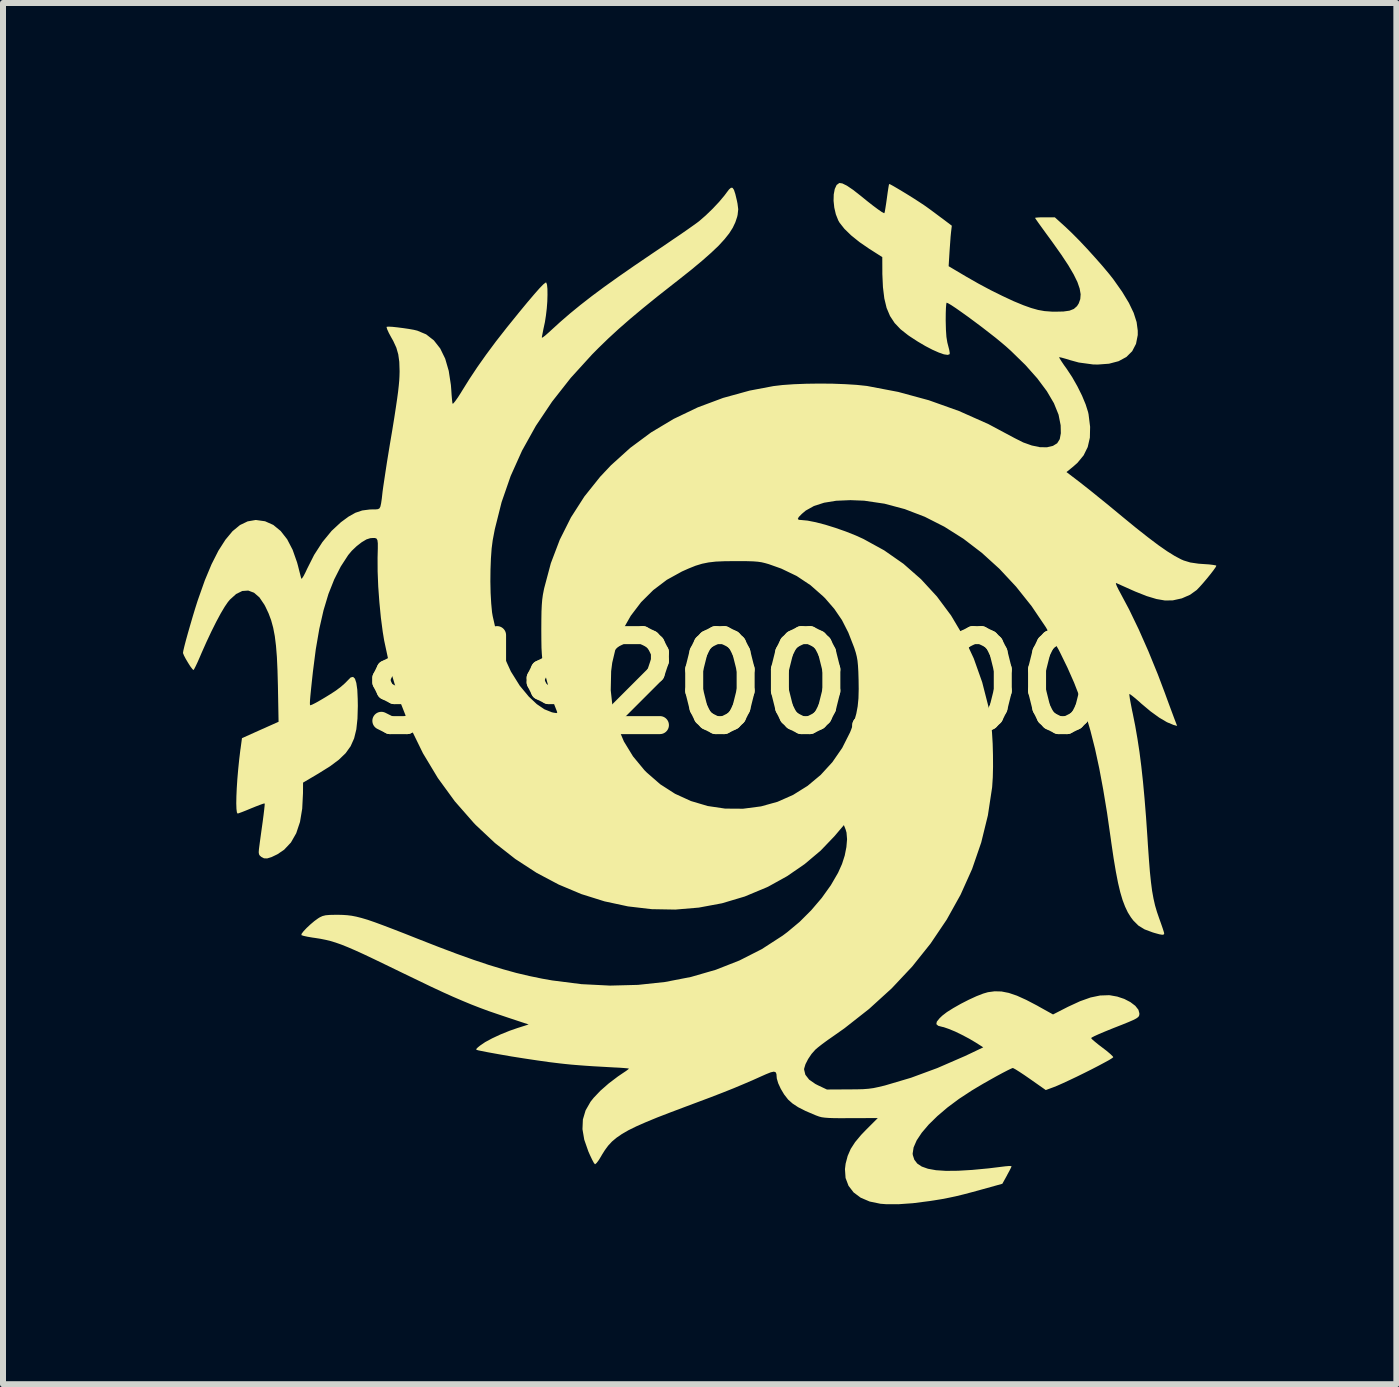
<source format=kicad_pcb>
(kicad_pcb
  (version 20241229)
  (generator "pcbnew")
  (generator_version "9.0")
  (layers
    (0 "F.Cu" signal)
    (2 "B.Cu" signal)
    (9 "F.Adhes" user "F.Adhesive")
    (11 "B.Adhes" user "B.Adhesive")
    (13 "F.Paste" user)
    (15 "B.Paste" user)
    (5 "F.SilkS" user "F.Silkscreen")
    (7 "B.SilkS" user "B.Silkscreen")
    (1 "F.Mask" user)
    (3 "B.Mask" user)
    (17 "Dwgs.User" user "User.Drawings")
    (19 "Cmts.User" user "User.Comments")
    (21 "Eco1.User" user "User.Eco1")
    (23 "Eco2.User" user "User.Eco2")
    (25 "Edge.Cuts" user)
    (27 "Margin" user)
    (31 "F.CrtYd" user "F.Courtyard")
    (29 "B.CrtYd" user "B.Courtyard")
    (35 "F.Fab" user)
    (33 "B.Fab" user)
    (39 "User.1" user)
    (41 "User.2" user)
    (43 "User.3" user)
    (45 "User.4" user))
  (footprint "sds200200"
    (layer "F.Cu")
    (at 9.199 8.357)
    (property "Reference" "sds200200" (at 0 0 0) (layer "F.SilkS") (effects (font (size 1.5 1.5) (thickness 0.3))))
    (attr board_only exclude_from_pos_files exclude_from_bom allow_missing_courtyard)
    (fp_poly (pts (xy 1.79 -8.35) (xy 1.867 -8.312) (xy 1.969 -8.243) (xy 2.094 -8.145) (xy 2.099 -8.141) (xy 2.205 -8.055) (xy 2.302 -7.979) (xy 2.384 -7.918) (xy 2.446 -7.875) (xy 2.483 -7.855) (xy 2.491 -7.855) (xy 2.498 -7.879) (xy 2.508 -7.938) (xy 2.521 -8.021) (xy 2.532 -8.099) (xy 2.545 -8.194) (xy 2.557 -8.273) (xy 2.566 -8.324) (xy 2.57 -8.34) (xy 2.591 -8.333) (xy 2.64 -8.306) (xy 2.712 -8.264) (xy 2.799 -8.212) (xy 2.894 -8.154) (xy 2.988 -8.095) (xy 3.076 -8.038) (xy 3.15 -7.989) (xy 3.182 -7.967) (xy 3.254 -7.915) (xy 3.343 -7.849) (xy 3.434 -7.781) (xy 3.455 -7.766) (xy 3.615 -7.645) (xy 3.602 -7.536) (xy 3.595 -7.466) (xy 3.588 -7.369) (xy 3.58 -7.259) (xy 3.576 -7.198) (xy 3.562 -6.97) (xy 3.864 -6.791) (xy 4.059 -6.68) (xy 4.259 -6.573) (xy 4.457 -6.475) (xy 4.643 -6.388) (xy 4.81 -6.319) (xy 4.936 -6.274) (xy 5.053 -6.241) (xy 5.161 -6.222) (xy 5.281 -6.213) (xy 5.339 -6.212) (xy 5.475 -6.215) (xy 5.576 -6.229) (xy 5.649 -6.258) (xy 5.701 -6.304) (xy 5.73 -6.349) (xy 5.756 -6.422) (xy 5.762 -6.503) (xy 5.746 -6.597) (xy 5.708 -6.707) (xy 5.645 -6.835) (xy 5.557 -6.985) (xy 5.442 -7.159) (xy 5.299 -7.361) (xy 5.252 -7.426) (xy 5.175 -7.531) (xy 5.107 -7.625) (xy 5.053 -7.7) (xy 5.017 -7.752) (xy 5.002 -7.775) (xy 5.002 -7.776) (xy 5.022 -7.78) (xy 5.075 -7.784) (xy 5.15 -7.785) (xy 5.167 -7.785) (xy 5.332 -7.785) (xy 5.511 -7.623) (xy 5.617 -7.522) (xy 5.741 -7.397) (xy 5.873 -7.257) (xy 6.005 -7.111) (xy 6.13 -6.969) (xy 6.238 -6.84) (xy 6.308 -6.751) (xy 6.454 -6.544) (xy 6.566 -6.359) (xy 6.646 -6.192) (xy 6.695 -6.039) (xy 6.714 -5.896) (xy 6.714 -5.823) (xy 6.685 -5.676) (xy 6.621 -5.553) (xy 6.524 -5.457) (xy 6.395 -5.387) (xy 6.235 -5.345) (xy 6.046 -5.331) (xy 5.967 -5.333) (xy 5.731 -5.365) (xy 5.592 -5.403) (xy 5.51 -5.428) (xy 5.446 -5.446) (xy 5.408 -5.454) (xy 5.403 -5.454) (xy 5.412 -5.434) (xy 5.441 -5.387) (xy 5.486 -5.32) (xy 5.528 -5.262) (xy 5.621 -5.121) (xy 5.708 -4.968) (xy 5.785 -4.813) (xy 5.846 -4.666) (xy 5.886 -4.539) (xy 5.894 -4.502) (xy 5.92 -4.293) (xy 5.916 -4.113) (xy 5.88 -3.956) (xy 5.812 -3.818) (xy 5.71 -3.694) (xy 5.638 -3.63) (xy 5.526 -3.539) (xy 5.748 -3.37) (xy 5.824 -3.31) (xy 5.928 -3.228) (xy 6.05 -3.129) (xy 6.185 -3.02) (xy 6.325 -2.905) (xy 6.459 -2.794) (xy 6.686 -2.608) (xy 6.884 -2.452) (xy 7.056 -2.322) (xy 7.204 -2.219) (xy 7.331 -2.14) (xy 7.437 -2.084) (xy 7.481 -2.065) (xy 7.59 -2.032) (xy 7.727 -2.012) (xy 7.812 -2.006) (xy 7.902 -2) (xy 7.974 -1.991) (xy 8.016 -1.983) (xy 8.024 -1.977) (xy 8.011 -1.952) (xy 7.976 -1.902) (xy 7.925 -1.836) (xy 7.865 -1.762) (xy 7.803 -1.689) (xy 7.745 -1.624) (xy 7.699 -1.576) (xy 7.696 -1.573) (xy 7.586 -1.494) (xy 7.449 -1.434) (xy 7.3 -1.401) (xy 7.287 -1.4) (xy 7.165 -1.399) (xy 7.026 -1.423) (xy 6.863 -1.472) (xy 6.674 -1.547) (xy 6.622 -1.57) (xy 6.526 -1.613) (xy 6.443 -1.65) (xy 6.383 -1.677) (xy 6.353 -1.69) (xy 6.349 -1.679) (xy 6.365 -1.638) (xy 6.396 -1.575) (xy 6.414 -1.542) (xy 6.571 -1.247) (xy 6.731 -0.915) (xy 6.891 -0.553) (xy 7.049 -0.166) (xy 7.165 0.141) (xy 7.212 0.27) (xy 7.256 0.389) (xy 7.294 0.491) (xy 7.323 0.569) (xy 7.34 0.613) (xy 7.37 0.692) (xy 7.309 0.675) (xy 7.201 0.63) (xy 7.072 0.554) (xy 6.927 0.449) (xy 6.772 0.319) (xy 6.745 0.294) (xy 6.676 0.234) (xy 6.62 0.189) (xy 6.584 0.163) (xy 6.574 0.16) (xy 6.575 0.184) (xy 6.583 0.242) (xy 6.599 0.328) (xy 6.619 0.432) (xy 6.63 0.482) (xy 6.672 0.692) (xy 6.709 0.906) (xy 6.743 1.128) (xy 6.773 1.364) (xy 6.801 1.62) (xy 6.827 1.901) (xy 6.852 2.212) (xy 6.876 2.56) (xy 6.883 2.675) (xy 6.9 2.916) (xy 6.916 3.12) (xy 6.934 3.293) (xy 6.953 3.44) (xy 6.976 3.568) (xy 7.002 3.683) (xy 7.034 3.792) (xy 7.069 3.894) (xy 7.103 3.989) (xy 7.131 4.07) (xy 7.149 4.127) (xy 7.155 4.151) (xy 7.148 4.168) (xy 7.124 4.173) (xy 7.075 4.165) (xy 6.995 4.143) (xy 6.962 4.133) (xy 6.828 4.083) (xy 6.725 4.02) (xy 6.64 3.935) (xy 6.599 3.881) (xy 6.548 3.799) (xy 6.503 3.704) (xy 6.461 3.594) (xy 6.422 3.462) (xy 6.385 3.306) (xy 6.349 3.12) (xy 6.312 2.9) (xy 6.274 2.643) (xy 6.263 2.563) (xy 6.202 2.138) (xy 6.138 1.751) (xy 6.072 1.398) (xy 6.002 1.074) (xy 5.926 0.774) (xy 5.844 0.494) (xy 5.753 0.228) (xy 5.653 -0.029) (xy 5.542 -0.28) (xy 5.419 -0.532) (xy 5.396 -0.577) (xy 5.182 -0.953) (xy 4.945 -1.304) (xy 4.686 -1.629) (xy 4.409 -1.926) (xy 4.116 -2.192) (xy 3.809 -2.427) (xy 3.491 -2.628) (xy 3.164 -2.794) (xy 2.83 -2.922) (xy 2.493 -3.012) (xy 2.154 -3.062) (xy 1.925 -3.071) (xy 1.688 -3.061) (xy 1.486 -3.028) (xy 1.318 -2.974) (xy 1.18 -2.897) (xy 1.115 -2.842) (xy 1.064 -2.79) (xy 1.048 -2.758) (xy 1.065 -2.743) (xy 1.104 -2.74) (xy 1.21 -2.73) (xy 1.347 -2.703) (xy 1.505 -2.662) (xy 1.675 -2.609) (xy 1.849 -2.548) (xy 2.017 -2.481) (xy 2.142 -2.424) (xy 2.488 -2.234) (xy 2.809 -2.01) (xy 3.102 -1.753) (xy 3.367 -1.465) (xy 3.603 -1.148) (xy 3.808 -0.803) (xy 3.981 -0.432) (xy 4.121 -0.037) (xy 4.228 0.381) (xy 4.253 0.511) (xy 4.271 0.642) (xy 4.285 0.804) (xy 4.296 0.988) (xy 4.301 1.18) (xy 4.302 1.37) (xy 4.298 1.547) (xy 4.288 1.699) (xy 4.286 1.721) (xy 4.216 2.183) (xy 4.105 2.635) (xy 3.953 3.077) (xy 3.761 3.505) (xy 3.53 3.92) (xy 3.261 4.319) (xy 2.955 4.702) (xy 2.613 5.066) (xy 2.236 5.409) (xy 1.825 5.732) (xy 1.642 5.861) (xy 1.547 5.927) (xy 1.457 5.993) (xy 1.383 6.051) (xy 1.341 6.087) (xy 1.277 6.159) (xy 1.22 6.244) (xy 1.176 6.33) (xy 1.154 6.403) (xy 1.153 6.42) (xy 1.174 6.506) (xy 1.237 6.587) (xy 1.34 6.659) (xy 1.387 6.683) (xy 1.533 6.752) (xy 1.892 6.75) (xy 2.032 6.749) (xy 2.14 6.746) (xy 2.229 6.739) (xy 2.31 6.728) (xy 2.394 6.71) (xy 2.495 6.686) (xy 2.513 6.681) (xy 2.935 6.556) (xy 3.374 6.394) (xy 3.832 6.195) (xy 3.934 6.147) (xy 4.139 6.049) (xy 4.015 5.97) (xy 3.907 5.906) (xy 3.788 5.843) (xy 3.671 5.786) (xy 3.564 5.742) (xy 3.48 5.713) (xy 3.456 5.708) (xy 3.388 5.69) (xy 3.357 5.662) (xy 3.365 5.621) (xy 3.411 5.564) (xy 3.456 5.521) (xy 3.534 5.461) (xy 3.641 5.394) (xy 3.766 5.323) (xy 3.897 5.256) (xy 4.025 5.197) (xy 4.138 5.153) (xy 4.217 5.13) (xy 4.329 5.115) (xy 4.443 5.118) (xy 4.565 5.142) (xy 4.7 5.188) (xy 4.855 5.258) (xy 5.037 5.353) (xy 5.07 5.372) (xy 5.302 5.501) (xy 5.55 5.374) (xy 5.751 5.281) (xy 5.928 5.218) (xy 6.087 5.185) (xy 6.233 5.18) (xy 6.249 5.181) (xy 6.372 5.203) (xy 6.489 5.242) (xy 6.591 5.295) (xy 6.673 5.357) (xy 6.725 5.423) (xy 6.741 5.482) (xy 6.74 5.507) (xy 6.734 5.528) (xy 6.718 5.547) (xy 6.687 5.569) (xy 6.636 5.595) (xy 6.56 5.628) (xy 6.454 5.671) (xy 6.314 5.726) (xy 6.279 5.74) (xy 6.166 5.786) (xy 6.069 5.827) (xy 5.994 5.861) (xy 5.948 5.885) (xy 5.937 5.895) (xy 5.953 5.915) (xy 5.998 5.954) (xy 6.063 6.007) (xy 6.121 6.051) (xy 6.197 6.109) (xy 6.258 6.161) (xy 6.296 6.198) (xy 6.306 6.213) (xy 6.287 6.229) (xy 6.236 6.261) (xy 6.157 6.304) (xy 6.058 6.357) (xy 5.944 6.416) (xy 5.822 6.477) (xy 5.698 6.538) (xy 5.578 6.595) (xy 5.468 6.646) (xy 5.376 6.687) (xy 5.306 6.715) (xy 5.303 6.716) (xy 5.181 6.761) (xy 4.919 6.577) (xy 4.825 6.512) (xy 4.742 6.457) (xy 4.678 6.417) (xy 4.639 6.396) (xy 4.632 6.393) (xy 4.603 6.404) (xy 4.543 6.433) (xy 4.46 6.476) (xy 4.36 6.53) (xy 4.251 6.591) (xy 4.138 6.655) (xy 4.03 6.719) (xy 3.947 6.769) (xy 3.735 6.908) (xy 3.543 7.051) (xy 3.374 7.195) (xy 3.23 7.336) (xy 3.114 7.472) (xy 3.029 7.6) (xy 2.978 7.717) (xy 2.962 7.82) (xy 2.965 7.845) (xy 2.99 7.922) (xy 3.039 7.986) (xy 3.114 8.036) (xy 3.218 8.073) (xy 3.352 8.097) (xy 3.518 8.108) (xy 3.719 8.106) (xy 3.955 8.092) (xy 4.23 8.066) (xy 4.507 8.032) (xy 4.567 8.027) (xy 4.604 8.028) (xy 4.61 8.032) (xy 4.601 8.056) (xy 4.575 8.107) (xy 4.538 8.175) (xy 4.534 8.184) (xy 4.457 8.323) (xy 4.137 8.412) (xy 3.958 8.461) (xy 3.81 8.5) (xy 3.683 8.531) (xy 3.565 8.556) (xy 3.447 8.579) (xy 3.318 8.6) (xy 3.246 8.611) (xy 2.966 8.647) (xy 2.722 8.664) (xy 2.516 8.663) (xy 2.425 8.656) (xy 2.246 8.619) (xy 2.096 8.555) (xy 1.978 8.467) (xy 1.893 8.356) (xy 1.844 8.226) (xy 1.834 8.079) (xy 1.845 7.988) (xy 1.879 7.859) (xy 1.93 7.742) (xy 2.003 7.629) (xy 2.103 7.509) (xy 2.184 7.425) (xy 2.381 7.228) (xy 1.925 7.229) (xy 1.771 7.23) (xy 1.654 7.229) (xy 1.565 7.226) (xy 1.499 7.221) (xy 1.447 7.214) (xy 1.404 7.203) (xy 1.36 7.187) (xy 1.337 7.178) (xy 1.178 7.11) (xy 1.054 7.047) (xy 0.96 6.985) (xy 0.889 6.922) (xy 0.883 6.915) (xy 0.82 6.834) (xy 0.764 6.74) (xy 0.721 6.647) (xy 0.698 6.568) (xy 0.696 6.546) (xy 0.692 6.494) (xy 0.679 6.464) (xy 0.649 6.454) (xy 0.598 6.465) (xy 0.518 6.497) (xy 0.437 6.533) (xy 0.29 6.599) (xy 0.138 6.664) (xy -0.024 6.732) (xy -0.205 6.804) (xy -0.409 6.883) (xy -0.644 6.971) (xy -0.812 7.034) (xy -1.072 7.132) (xy -1.295 7.218) (xy -1.484 7.296) (xy -1.643 7.366) (xy -1.775 7.431) (xy -1.884 7.494) (xy -1.974 7.556) (xy -2.049 7.619) (xy -2.112 7.687) (xy -2.166 7.76) (xy -2.217 7.841) (xy -2.227 7.859) (xy -2.268 7.927) (xy -2.305 7.976) (xy -2.329 7.997) (xy -2.333 7.997) (xy -2.351 7.975) (xy -2.38 7.921) (xy -2.416 7.845) (xy -2.443 7.784) (xy -2.511 7.589) (xy -2.541 7.413) (xy -2.534 7.251) (xy -2.489 7.1) (xy -2.406 6.955) (xy -2.354 6.89) (xy -2.243 6.773) (xy -2.104 6.651) (xy -1.951 6.535) (xy -1.87 6.48) (xy -1.813 6.442) (xy -1.776 6.414) (xy -1.767 6.403) (xy -1.79 6.399) (xy -1.847 6.394) (xy -1.93 6.388) (xy -2.012 6.384) (xy -2.206 6.373) (xy -2.366 6.364) (xy -2.5 6.355) (xy -2.617 6.346) (xy -2.726 6.337) (xy -2.835 6.326) (xy -2.925 6.316) (xy -3.097 6.295) (xy -3.295 6.267) (xy -3.508 6.235) (xy -3.723 6.201) (xy -3.93 6.165) (xy -4.118 6.131) (xy -4.274 6.1) (xy -4.281 6.098) (xy -4.309 6.09) (xy -4.311 6.077) (xy -4.286 6.051) (xy -4.248 6.02) (xy -4.163 5.962) (xy -4.046 5.899) (xy -3.907 5.834) (xy -3.756 5.773) (xy -3.627 5.728) (xy -3.438 5.668) (xy -3.779 5.555) (xy -3.948 5.498) (xy -4.103 5.445) (xy -4.249 5.391) (xy -4.393 5.335) (xy -4.54 5.274) (xy -4.696 5.207) (xy -4.867 5.13) (xy -5.058 5.041) (xy -5.274 4.937) (xy -5.523 4.817) (xy -5.589 4.785) (xy -5.822 4.672) (xy -6.021 4.576) (xy -6.19 4.496) (xy -6.333 4.431) (xy -6.456 4.378) (xy -6.561 4.336) (xy -6.655 4.303) (xy -6.741 4.277) (xy -6.823 4.257) (xy -6.907 4.24) (xy -6.996 4.226) (xy -7.045 4.219) (xy -7.126 4.205) (xy -7.19 4.191) (xy -7.225 4.179) (xy -7.226 4.177) (xy -7.221 4.155) (xy -7.189 4.113) (xy -7.138 4.059) (xy -7.076 4.001) (xy -7.01 3.945) (xy -6.948 3.9) (xy -6.919 3.882) (xy -6.874 3.861) (xy -6.822 3.848) (xy -6.753 3.842) (xy -6.655 3.84) (xy -6.611 3.84) (xy -6.533 3.842) (xy -6.46 3.847) (xy -6.387 3.856) (xy -6.31 3.871) (xy -6.223 3.893) (xy -6.122 3.923) (xy -6.003 3.964) (xy -5.862 4.016) (xy -5.694 4.08) (xy -5.493 4.158) (xy -5.284 4.241) (xy -4.944 4.374) (xy -4.637 4.49) (xy -4.358 4.59) (xy -4.104 4.675) (xy -3.867 4.747) (xy -3.644 4.809) (xy -3.428 4.86) (xy -3.215 4.904) (xy -3.045 4.934) (xy -2.558 4.996) (xy -2.081 5.02) (xy -1.616 5.008) (xy -1.166 4.96) (xy -0.733 4.876) (xy -0.318 4.756) (xy 0.076 4.601) (xy 0.448 4.412) (xy 0.794 4.188) (xy 0.873 4.129) (xy 1.079 3.957) (xy 1.272 3.764) (xy 1.447 3.559) (xy 1.598 3.348) (xy 1.719 3.14) (xy 1.785 2.993) (xy 1.83 2.853) (xy 1.858 2.711) (xy 1.869 2.58) (xy 1.86 2.47) (xy 1.845 2.418) (xy 1.816 2.345) (xy 1.659 2.53) (xy 1.428 2.771) (xy 1.162 2.995) (xy 0.87 3.196) (xy 0.558 3.369) (xy 0.533 3.381) (xy 0.164 3.535) (xy -0.215 3.648) (xy -0.602 3.72) (xy -0.993 3.753) (xy -1.388 3.746) (xy -1.782 3.7) (xy -2.173 3.616) (xy -2.559 3.495) (xy -2.937 3.336) (xy -3.305 3.141) (xy -3.66 2.91) (xy -3.999 2.644) (xy -4.32 2.343) (xy -4.355 2.306) (xy -4.669 1.948) (xy -4.951 1.561) (xy -5.2 1.147) (xy -5.414 0.709) (xy -5.595 0.249) (xy -5.739 -0.232) (xy -5.846 -0.731) (xy -5.87 -0.877) (xy -5.901 -1.114) (xy -5.926 -1.371) (xy -5.945 -1.632) (xy -5.955 -1.884) (xy -5.956 -2.11) (xy -5.955 -2.149) (xy -5.952 -2.268) (xy -5.952 -2.351) (xy -5.958 -2.402) (xy -5.973 -2.43) (xy -5.999 -2.44) (xy -6.039 -2.44) (xy -6.078 -2.437) (xy -6.141 -2.417) (xy -6.22 -2.37) (xy -6.305 -2.304) (xy -6.386 -2.227) (xy -6.446 -2.155) (xy -6.57 -1.964) (xy -6.679 -1.749) (xy -6.775 -1.507) (xy -6.857 -1.234) (xy -6.927 -0.927) (xy -6.986 -0.584) (xy -7.033 -0.217) (xy -7.052 -0.044) (xy -7.066 0.091) (xy -7.076 0.192) (xy -7.082 0.264) (xy -7.084 0.31) (xy -7.083 0.336) (xy -7.079 0.347) (xy -7.076 0.348) (xy -7.046 0.337) (xy -6.988 0.308) (xy -6.912 0.265) (xy -6.826 0.214) (xy -6.74 0.161) (xy -6.663 0.111) (xy -6.64 0.095) (xy -6.565 0.038) (xy -6.498 -0.021) (xy -6.452 -0.068) (xy -6.452 -0.068) (xy -6.404 -0.116) (xy -6.364 -0.125) (xy -6.333 -0.095) (xy -6.31 -0.024) (xy -6.294 0.088) (xy -6.287 0.241) (xy -6.285 0.359) (xy -6.291 0.571) (xy -6.31 0.749) (xy -6.347 0.9) (xy -6.405 1.03) (xy -6.488 1.146) (xy -6.601 1.255) (xy -6.747 1.364) (xy -6.931 1.479) (xy -6.944 1.487) (xy -7.198 1.637) (xy -7.199 1.813) (xy -7.212 2.071) (xy -7.249 2.293) (xy -7.312 2.481) (xy -7.4 2.635) (xy -7.514 2.756) (xy -7.625 2.831) (xy -7.723 2.878) (xy -7.794 2.9) (xy -7.848 2.899) (xy -7.894 2.875) (xy -7.896 2.873) (xy -7.919 2.853) (xy -7.932 2.831) (xy -7.937 2.798) (xy -7.933 2.745) (xy -7.922 2.66) (xy -7.918 2.629) (xy -7.892 2.44) (xy -7.871 2.29) (xy -7.856 2.175) (xy -7.846 2.091) (xy -7.84 2.034) (xy -7.837 2) (xy -7.838 1.985) (xy -7.839 1.984) (xy -7.861 1.988) (xy -7.914 2.007) (xy -7.99 2.036) (xy -8.059 2.064) (xy -8.148 2.101) (xy -8.222 2.13) (xy -8.272 2.148) (xy -8.289 2.153) (xy -8.301 2.132) (xy -8.308 2.074) (xy -8.311 1.984) (xy -8.309 1.867) (xy -8.303 1.73) (xy -8.293 1.577) (xy -8.279 1.415) (xy -8.262 1.249) (xy -8.242 1.084) (xy -8.24 1.073) (xy -8.216 0.896) (xy -7.911 0.759) (xy -7.606 0.623) (xy -7.617 0.023) (xy -7.624 -0.235) (xy -7.634 -0.456) (xy -7.649 -0.644) (xy -7.669 -0.805) (xy -7.696 -0.946) (xy -7.73 -1.07) (xy -7.773 -1.185) (xy -7.825 -1.295) (xy -7.843 -1.329) (xy -7.925 -1.45) (xy -8.015 -1.528) (xy -8.111 -1.564) (xy -8.211 -1.557) (xy -8.313 -1.507) (xy -8.416 -1.414) (xy -8.451 -1.372) (xy -8.505 -1.293) (xy -8.572 -1.18) (xy -8.647 -1.04) (xy -8.727 -0.88) (xy -8.809 -0.705) (xy -8.89 -0.523) (xy -8.916 -0.462) (xy -8.955 -0.373) (xy -8.989 -0.301) (xy -9.014 -0.253) (xy -9.025 -0.239) (xy -9.044 -0.257) (xy -9.077 -0.301) (xy -9.115 -0.361) (xy -9.153 -0.425) (xy -9.183 -0.482) (xy -9.198 -0.52) (xy -9.199 -0.525) (xy -9.193 -0.564) (xy -9.176 -0.636) (xy -9.15 -0.736) (xy -9.117 -0.855) (xy -9.079 -0.987) (xy -9.039 -1.124) (xy -8.998 -1.26) (xy -8.958 -1.386) (xy -8.945 -1.424) (xy -8.835 -1.735) (xy -8.723 -2.003) (xy -8.609 -2.228) (xy -8.492 -2.411) (xy -8.373 -2.554) (xy -8.249 -2.656) (xy -8.122 -2.717) (xy -7.99 -2.74) (xy -7.981 -2.74) (xy -7.831 -2.719) (xy -7.694 -2.658) (xy -7.571 -2.557) (xy -7.463 -2.419) (xy -7.372 -2.244) (xy -7.298 -2.034) (xy -7.283 -1.979) (xy -7.261 -1.892) (xy -7.242 -1.818) (xy -7.23 -1.771) (xy -7.227 -1.762) (xy -7.215 -1.767) (xy -7.19 -1.805) (xy -7.157 -1.869) (xy -7.131 -1.925) (xy -7.013 -2.159) (xy -6.875 -2.373) (xy -6.722 -2.559) (xy -6.567 -2.703) (xy -6.439 -2.797) (xy -6.325 -2.861) (xy -6.212 -2.899) (xy -6.089 -2.915) (xy -6.037 -2.917) (xy -5.986 -2.917) (xy -5.95 -2.921) (xy -5.925 -2.934) (xy -5.909 -2.964) (xy -5.897 -3.018) (xy -5.885 -3.101) (xy -5.872 -3.218) (xy -5.861 -3.297) (xy -5.844 -3.411) (xy -5.823 -3.55) (xy -5.799 -3.707) (xy -5.772 -3.872) (xy -5.751 -4.001) (xy -5.71 -4.243) (xy -5.677 -4.447) (xy -5.651 -4.617) (xy -5.63 -4.76) (xy -5.614 -4.878) (xy -5.603 -4.977) (xy -5.595 -5.063) (xy -5.591 -5.138) (xy -5.589 -5.21) (xy -5.589 -5.224) (xy -5.594 -5.376) (xy -5.611 -5.5) (xy -5.643 -5.612) (xy -5.695 -5.725) (xy -5.729 -5.785) (xy -5.769 -5.859) (xy -5.796 -5.919) (xy -5.806 -5.954) (xy -5.804 -5.96) (xy -5.774 -5.963) (xy -5.711 -5.96) (xy -5.627 -5.951) (xy -5.532 -5.939) (xy -5.437 -5.925) (xy -5.352 -5.91) (xy -5.294 -5.896) (xy -5.146 -5.834) (xy -5.018 -5.734) (xy -4.912 -5.599) (xy -4.829 -5.429) (xy -4.77 -5.226) (xy -4.734 -4.991) (xy -4.728 -4.916) (xy -4.722 -4.823) (xy -4.715 -4.744) (xy -4.709 -4.692) (xy -4.706 -4.678) (xy -4.692 -4.684) (xy -4.661 -4.722) (xy -4.616 -4.785) (xy -4.563 -4.868) (xy -4.553 -4.885) (xy -4.427 -5.087) (xy -4.293 -5.289) (xy -4.146 -5.497) (xy -3.984 -5.715) (xy -3.801 -5.949) (xy -3.593 -6.206) (xy -3.461 -6.366) (xy -3.347 -6.5) (xy -3.259 -6.6) (xy -3.195 -6.666) (xy -3.156 -6.697) (xy -3.145 -6.698) (xy -3.132 -6.662) (xy -3.125 -6.592) (xy -3.124 -6.496) (xy -3.127 -6.384) (xy -3.136 -6.265) (xy -3.15 -6.147) (xy -3.167 -6.038) (xy -3.172 -6.015) (xy -3.192 -5.922) (xy -3.207 -5.845) (xy -3.217 -5.794) (xy -3.218 -5.779) (xy -3.204 -5.783) (xy -3.165 -5.812) (xy -3.109 -5.861) (xy -3.073 -5.894) (xy -2.915 -6.038) (xy -2.751 -6.18) (xy -2.576 -6.323) (xy -2.386 -6.471) (xy -2.176 -6.627) (xy -1.942 -6.794) (xy -1.68 -6.976) (xy -1.386 -7.176) (xy -1.337 -7.209) (xy -1.185 -7.311) (xy -1.039 -7.411) (xy -0.903 -7.503) (xy -0.785 -7.585) (xy -0.689 -7.653) (xy -0.62 -7.703) (xy -0.595 -7.722) (xy -0.487 -7.816) (xy -0.372 -7.927) (xy -0.262 -8.044) (xy -0.171 -8.153) (xy -0.14 -8.195) (xy -0.098 -8.25) (xy -0.065 -8.278) (xy -0.039 -8.276) (xy -0.016 -8.242) (xy 0.007 -8.172) (xy 0.033 -8.063) (xy 0.043 -8.014) (xy 0.055 -7.919) (xy 0.045 -7.827) (xy 0.037 -7.792) (xy 0.007 -7.702) (xy -0.036 -7.611) (xy -0.095 -7.518) (xy -0.173 -7.42) (xy -0.272 -7.312) (xy -0.396 -7.194) (xy -0.547 -7.061) (xy -0.727 -6.911) (xy -0.94 -6.742) (xy -1.023 -6.677) (xy -1.294 -6.464) (xy -1.532 -6.271) (xy -1.745 -6.093) (xy -1.935 -5.927) (xy -2.109 -5.767) (xy -2.271 -5.61) (xy -2.381 -5.499) (xy -2.736 -5.109) (xy -3.048 -4.712) (xy -3.318 -4.309) (xy -3.548 -3.896) (xy -3.738 -3.473) (xy -3.889 -3.037) (xy -4.002 -2.587) (xy -4.037 -2.403) (xy -4.055 -2.264) (xy -4.067 -2.096) (xy -4.074 -1.91) (xy -4.076 -1.716) (xy -4.072 -1.526) (xy -4.062 -1.35) (xy -4.048 -1.201) (xy -4.037 -1.137) (xy -3.959 -0.793) (xy -3.858 -0.486) (xy -3.734 -0.215) (xy -3.586 0.022) (xy -3.435 0.204) (xy -3.302 0.329) (xy -3.175 0.415) (xy -3.05 0.465) (xy -3.022 0.471) (xy -2.975 0.478) (xy -2.961 0.47) (xy -2.969 0.444) (xy -3.005 0.352) (xy -3.047 0.231) (xy -3.089 0.097) (xy -2.07 0.097) (xy -2.037 0.398) (xy -1.964 0.682) (xy -1.851 0.95) (xy -1.699 1.199) (xy -1.508 1.43) (xy -1.469 1.469) (xy -1.244 1.665) (xy -0.998 1.823) (xy -0.733 1.944) (xy -0.453 2.027) (xy -0.163 2.07) (xy 0.136 2.072) (xy 0.435 2.033) (xy 0.709 1.957) (xy 0.969 1.842) (xy 1.211 1.691) (xy 1.43 1.508) (xy 1.624 1.296) (xy 1.788 1.059) (xy 1.919 0.799) (xy 1.938 0.751) (xy 1.988 0.613) (xy 2.023 0.488) (xy 2.046 0.365) (xy 2.059 0.232) (xy 2.063 0.076) (xy 2.061 -0.076) (xy 2.057 -0.212) (xy 2.051 -0.314) (xy 2.043 -0.395) (xy 2.031 -0.463) (xy 2.014 -0.531) (xy 1.989 -0.609) (xy 1.983 -0.625) (xy 1.89 -0.864) (xy 1.784 -1.072) (xy 1.657 -1.258) (xy 1.503 -1.436) (xy 1.469 -1.469) (xy 1.259 -1.654) (xy 1.029 -1.807) (xy 0.773 -1.93) (xy 0.565 -2.004) (xy 0.502 -2.022) (xy 0.443 -2.036) (xy 0.38 -2.045) (xy 0.303 -2.051) (xy 0.204 -2.054) (xy 0.074 -2.055) (xy 0 -2.055) (xy -0.176 -2.053) (xy -0.319 -2.047) (xy -0.439 -2.033) (xy -0.548 -2.011) (xy -0.656 -1.978) (xy -0.773 -1.931) (xy -0.883 -1.882) (xy -1.135 -1.743) (xy -1.362 -1.571) (xy -1.564 -1.37) (xy -1.736 -1.144) (xy -1.876 -0.898) (xy -1.98 -0.635) (xy -2.045 -0.361) (xy -2.063 -0.22) (xy -2.07 0.097) (xy -3.089 0.097) (xy -3.09 0.094) (xy -3.131 -0.046) (xy -3.164 -0.174) (xy -3.181 -0.247) (xy -3.198 -0.333) (xy -3.21 -0.416) (xy -3.218 -0.505) (xy -3.224 -0.609) (xy -3.226 -0.738) (xy -3.227 -0.9) (xy -3.227 -0.924) (xy -3.226 -1.089) (xy -3.224 -1.218) (xy -3.219 -1.323) (xy -3.212 -1.411) (xy -3.201 -1.492) (xy -3.185 -1.575) (xy -3.178 -1.607) (xy -3.068 -2.02) (xy -2.919 -2.412) (xy -2.733 -2.783) (xy -2.509 -3.132) (xy -2.246 -3.461) (xy -2.065 -3.653) (xy -1.745 -3.942) (xy -1.397 -4.2) (xy -1.021 -4.425) (xy -0.62 -4.617) (xy -0.197 -4.775) (xy 0.246 -4.897) (xy 0.642 -4.972) (xy 0.795 -4.99) (xy 0.981 -5.003) (xy 1.189 -5.011) (xy 1.408 -5.014) (xy 1.629 -5.012) (xy 1.841 -5.004) (xy 2.032 -4.992) (xy 2.193 -4.975) (xy 2.207 -4.973) (xy 2.721 -4.875) (xy 3.232 -4.736) (xy 3.734 -4.557) (xy 4.224 -4.339) (xy 4.664 -4.104) (xy 4.805 -4.033) (xy 4.948 -3.982) (xy 5.082 -3.954) (xy 5.196 -3.952) (xy 5.2 -3.952) (xy 5.301 -3.976) (xy 5.371 -4.019) (xy 5.414 -4.088) (xy 5.432 -4.186) (xy 5.429 -4.318) (xy 5.429 -4.318) (xy 5.394 -4.496) (xy 5.317 -4.686) (xy 5.199 -4.887) (xy 5.04 -5.1) (xy 4.841 -5.324) (xy 4.601 -5.558) (xy 4.519 -5.632) (xy 4.44 -5.699) (xy 4.344 -5.778) (xy 4.235 -5.863) (xy 4.119 -5.953) (xy 4 -6.042) (xy 3.884 -6.128) (xy 3.776 -6.205) (xy 3.682 -6.271) (xy 3.605 -6.322) (xy 3.552 -6.353) (xy 3.528 -6.362) (xy 3.527 -6.362) (xy 3.522 -6.335) (xy 3.517 -6.274) (xy 3.514 -6.187) (xy 3.513 -6.081) (xy 3.513 -6.06) (xy 3.517 -5.909) (xy 3.525 -5.792) (xy 3.54 -5.7) (xy 3.553 -5.649) (xy 3.571 -5.579) (xy 3.58 -5.526) (xy 3.579 -5.504) (xy 3.547 -5.492) (xy 3.484 -5.501) (xy 3.398 -5.531) (xy 3.292 -5.578) (xy 3.173 -5.64) (xy 3.046 -5.715) (xy 2.917 -5.799) (xy 2.885 -5.821) (xy 2.761 -5.919) (xy 2.662 -6.023) (xy 2.585 -6.14) (xy 2.528 -6.275) (xy 2.49 -6.433) (xy 2.467 -6.621) (xy 2.457 -6.843) (xy 2.457 -6.904) (xy 2.456 -7.122) (xy 2.236 -7.262) (xy 2.076 -7.372) (xy 1.937 -7.484) (xy 1.825 -7.593) (xy 1.745 -7.694) (xy 1.723 -7.732) (xy 1.682 -7.835) (xy 1.656 -7.947) (xy 1.644 -8.061) (xy 1.647 -8.167) (xy 1.664 -8.257) (xy 1.695 -8.324) (xy 1.74 -8.357) (xy 1.741 -8.357)) (stroke (width 0) (type solid)) (fill yes) (layer "F.SilkS")))
  (gr_rect
    (start -3 -3)
    (end 20.223 20.021)
    (stroke (width 0.1) (type default))
    (fill no)
    (layer "Edge.Cuts")))
</source>
